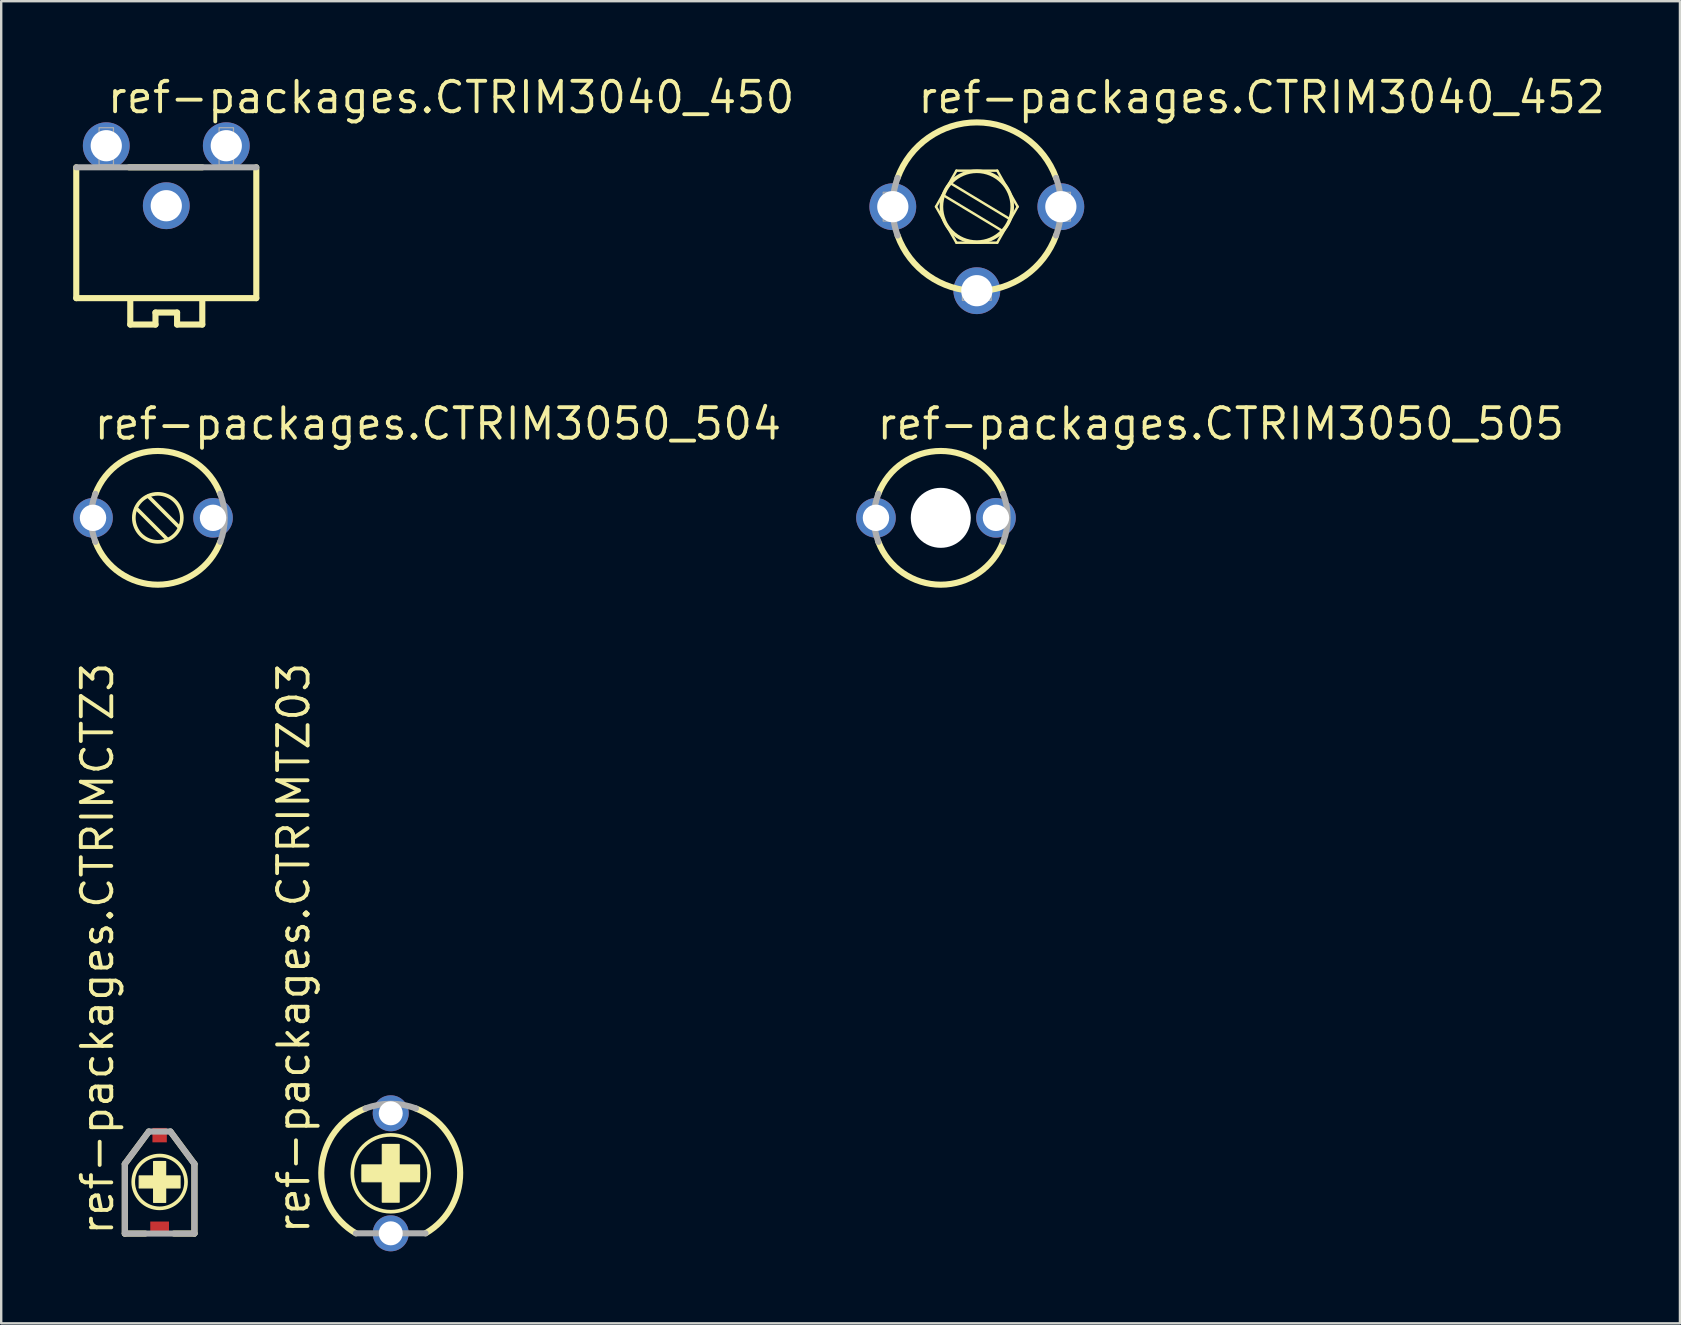
<source format=kicad_pcb>
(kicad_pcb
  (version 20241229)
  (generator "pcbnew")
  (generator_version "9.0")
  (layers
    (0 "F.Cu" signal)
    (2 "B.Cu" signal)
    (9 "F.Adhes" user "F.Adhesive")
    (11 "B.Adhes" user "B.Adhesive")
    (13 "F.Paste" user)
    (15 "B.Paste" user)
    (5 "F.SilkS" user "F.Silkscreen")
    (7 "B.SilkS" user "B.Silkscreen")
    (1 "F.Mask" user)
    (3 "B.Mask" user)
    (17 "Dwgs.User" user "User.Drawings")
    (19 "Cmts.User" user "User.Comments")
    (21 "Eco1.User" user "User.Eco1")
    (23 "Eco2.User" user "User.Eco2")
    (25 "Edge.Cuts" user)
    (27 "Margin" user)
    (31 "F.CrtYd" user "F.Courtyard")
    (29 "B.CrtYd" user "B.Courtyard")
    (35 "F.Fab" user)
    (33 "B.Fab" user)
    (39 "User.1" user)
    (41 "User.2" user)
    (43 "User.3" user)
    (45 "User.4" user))
  (footprint "ref-packages.CTRIMTZ03"
    (layer "F.Cu")
    (at 13.227 45.828)
    (property "Reference" "ref-packages.CTRIMTZ03" (at -3.3 2.6 90) (layer "F.SilkS") (effects (font (size 1.27 1.27) (thickness 0.16)) (justify left bottom)))
    (attr through_hole)
    (fp_rect (start -1.2 0.35) (end 1.2 -0.35) (stroke (width 0.05) (type default)) (fill yes) (layer "F.SilkS"))
    (fp_rect (start -0.35 1.2) (end 0.35 -1.2) (stroke (width 0.05) (type default)) (fill yes) (layer "F.SilkS"))
    (fp_arc (start -1.45 2.5) (mid -2.884874 -0.22576) (end -1.05 -2.7) (stroke (width 0.254) (type default)) (layer "F.SilkS"))
    (fp_arc (start 1.05 -2.7) (mid 2.884874 -0.22576) (end 1.45 2.5) (stroke (width 0.254) (type default)) (layer "F.SilkS"))
    (fp_circle (center 0 0) (end 1.6 0) (stroke (width 0.152) (type default)) (fill no) (layer "F.SilkS"))
    (fp_line (start 1.45 2.5) (end -1.45 2.5) (stroke (width 0.254) (type default)) (layer "F.Fab"))
    (fp_arc (start -1.05 -2.7) (mid 0 -2.896981) (end 1.05 -2.7) (stroke (width 0.254) (type default)) (layer "F.Fab"))
    (pad "1" thru_hole circle (at 0 -2.5) (size 1.5 1.5) (drill 1) (layers "*.Cu" "*.Mask"))
    (pad "2" thru_hole circle (at 0 2.5) (size 1.5 1.5) (drill 1) (layers "*.Cu" "*.Mask")))
  (footprint "ref-packages.CTRIM3050_504"
    (layer "F.Cu")
    (at 3.325 18.522)
    (property "Reference" "ref-packages.CTRIM3050_504" (at -2.54 -3.175 0) (layer "F.SilkS") (effects (font (size 1.27 1.27) (thickness 0.16)) (justify left bottom)))
    (attr through_hole)
    (fp_line (start -0.7 -0.4) (end 0.6 0.9) (stroke (width 0.152) (type default)) (layer "F.SilkS"))
    (fp_line (start -0.2 -0.9) (end 1.1 0.4) (stroke (width 0.152) (type default)) (layer "F.SilkS"))
    (fp_arc (start -2.4 -1) (mid 0.2 -2.785678) (end 2.8 -1) (stroke (width 0.254) (type default)) (layer "F.SilkS"))
    (fp_arc (start 2.8 1) (mid 0.2 2.785678) (end -2.4 1) (stroke (width 0.254) (type default)) (layer "F.SilkS"))
    (fp_circle (center 0.2 0) (end 1.2 0) (stroke (width 0.152) (type default)) (fill no) (layer "F.SilkS"))
    (fp_arc (start -2.4 1) (mid -2.585678 0) (end -2.4 -1) (stroke (width 0.254) (type default)) (layer "F.Fab"))
    (fp_arc (start 2.8 -1) (mid 2.985678 0) (end 2.8 1) (stroke (width 0.254) (type default)) (layer "F.Fab"))
    (pad "1" thru_hole circle (at -2.5 0) (size 1.65 1.65) (drill 1.1) (layers "*.Cu" "*.Mask"))
    (pad "2" thru_hole circle (at 2.5 0) (size 1.65 1.65) (drill 1.1) (layers "*.Cu" "*.Mask")))
  (footprint "ref-packages.CTRIMCTZ3"
    (layer "F.Cu")
    (at 3.6 46.188)
    (property "Reference" "ref-packages.CTRIMCTZ3" (at -1.85 2.3 90) (layer "F.SilkS") (effects (font (size 1.27 1.27) (thickness 0.16)) (justify left bottom)))
    (attr smd)
    (fp_line (start -1.45 -0.75) (end -0.45 -2.1) (stroke (width 0.254) (type default)) (layer "F.SilkS"))
    (fp_line (start -1.45 2.15) (end -1.45 -0.75) (stroke (width 0.254) (type default)) (layer "F.SilkS"))
    (fp_line (start -0.6 2.15) (end -1.45 2.15) (stroke (width 0.254) (type default)) (layer "F.SilkS"))
    (fp_line (start 0.6 2.15) (end 1.45 2.15) (stroke (width 0.254) (type default)) (layer "F.SilkS"))
    (fp_line (start 1.45 -0.75) (end 0.45 -2.1) (stroke (width 0.254) (type default)) (layer "F.SilkS"))
    (fp_line (start 1.45 2.15) (end 1.45 -0.75) (stroke (width 0.254) (type default)) (layer "F.SilkS"))
    (fp_rect (start -0.85 0.25) (end 0.85 -0.25) (stroke (width 0.05) (type default)) (fill yes) (layer "F.SilkS"))
    (fp_rect (start -0.25 0.85) (end 0.25 -0.85) (stroke (width 0.05) (type default)) (fill yes) (layer "F.SilkS"))
    (fp_circle (center 0 0) (end 1.1 0) (stroke (width 0.152) (type default)) (fill no) (layer "F.SilkS"))
    (fp_line (start -1.45 -0.75) (end -0.45 -2.1) (stroke (width 0.254) (type default)) (layer "F.Fab"))
    (fp_line (start -1.45 2.15) (end -1.45 -0.75) (stroke (width 0.254) (type default)) (layer "F.Fab"))
    (fp_line (start -0.45 -2.1) (end 0.45 -2.1) (stroke (width 0.254) (type default)) (layer "F.Fab"))
    (fp_line (start 0.45 -2.1) (end 1.45 -0.75) (stroke (width 0.254) (type default)) (layer "F.Fab"))
    (fp_line (start 1.45 -0.75) (end 1.45 2.15) (stroke (width 0.254) (type default)) (layer "F.Fab"))
    (fp_line (start 1.45 2.15) (end -1.45 2.15) (stroke (width 0.254) (type default)) (layer "F.Fab"))
    (pad "1" smd roundrect (at 0 -1.95) (size 0.6 0.6) (layers "F.Cu" "F.Mask" "F.Paste") (roundrect_rratio 0.01))
    (pad "2" smd roundrect (at 0 1.95) (size 0.78 0.6) (layers "F.Cu" "F.Mask" "F.Paste") (roundrect_rratio 0.01)))
  (footprint "ref-packages.CTRIM3040_450"
    (layer "F.Cu")
    (at 3.877 6.83)
    (property "Reference" "ref-packages.CTRIM3040_450" (at -2.54 -5.08 0) (layer "F.SilkS") (effects (font (size 1.27 1.27) (thickness 0.16)) (justify left bottom)))
    (attr through_hole)
    (fp_line (start -3.75 2.54) (end -3.75 -2.91) (stroke (width 0.254) (type default)) (layer "F.SilkS"))
    (fp_line (start -1.55 -2.91) (end 1.5 -2.91) (stroke (width 0.254) (type default)) (layer "F.SilkS"))
    (fp_line (start -1.5 2.64) (end -1.5 3.64) (stroke (width 0.254) (type default)) (layer "F.SilkS"))
    (fp_line (start -1.5 3.64) (end -0.45 3.64) (stroke (width 0.254) (type default)) (layer "F.SilkS"))
    (fp_line (start -0.45 3.14) (end 0.45 3.14) (stroke (width 0.254) (type default)) (layer "F.SilkS"))
    (fp_line (start -0.45 3.64) (end -0.45 3.14) (stroke (width 0.254) (type default)) (layer "F.SilkS"))
    (fp_line (start 0.45 3.14) (end 0.45 3.64) (stroke (width 0.254) (type default)) (layer "F.SilkS"))
    (fp_line (start 0.45 3.64) (end 1.5 3.64) (stroke (width 0.254) (type default)) (layer "F.SilkS"))
    (fp_line (start 1.5 3.64) (end 1.5 2.64) (stroke (width 0.254) (type default)) (layer "F.SilkS"))
    (fp_line (start 3.75 -2.91) (end 3.75 2.54) (stroke (width 0.254) (type default)) (layer "F.SilkS"))
    (fp_line (start 3.75 2.54) (end -3.75 2.54) (stroke (width 0.254) (type default)) (layer "F.SilkS"))
    (fp_line (start -3.75 -2.91) (end 3.75 -2.91) (stroke (width 0.254) (type default)) (layer "F.Fab"))
    (fp_rect (start -2.8 -3.01) (end -2.2 -4.56) (stroke (width 0.05) (type default)) (fill no) (layer "F.Fab"))
    (fp_rect (start 2.2 -3.01) (end 2.8 -4.56) (stroke (width 0.05) (type default)) (fill no) (layer "F.Fab"))
    (pad "1A" thru_hole circle (at -2.5 -3.81) (size 1.95 1.95) (drill 1.3) (layers "*.Cu" "*.Mask"))
    (pad "1B" thru_hole circle (at 2.5 -3.81) (size 1.95 1.95) (drill 1.3) (layers "*.Cu" "*.Mask"))
    (pad "2" thru_hole circle (at 0 -1.31) (size 1.95 1.95) (drill 1.3) (layers "*.Cu" "*.Mask")))
  (footprint "ref-packages.CTRIM3050_505"
    (layer "F.Cu")
    (at 35.941 18.522)
    (property "Reference" "ref-packages.CTRIM3050_505" (at -2.54 -3.175 0) (layer "F.SilkS") (effects (font (size 1.27 1.27) (thickness 0.16)) (justify left bottom)))
    (attr through_hole)
    (fp_line (start -0.7 -0.4) (end 0.6 0.9) (stroke (width 0.152) (type default)) (layer "F.SilkS"))
    (fp_line (start -0.2 -0.9) (end 1.1 0.4) (stroke (width 0.152) (type default)) (layer "F.SilkS"))
    (fp_arc (start -2.4 -1) (mid 0.2 -2.785678) (end 2.8 -1) (stroke (width 0.254) (type default)) (layer "F.SilkS"))
    (fp_arc (start 2.8 1) (mid 0.2 2.785678) (end -2.4 1) (stroke (width 0.254) (type default)) (layer "F.SilkS"))
    (fp_circle (center 0.2 0) (end 1.2 0) (stroke (width 0.152) (type default)) (fill no) (layer "F.SilkS"))
    (fp_arc (start -2.4 1) (mid -2.585678 0) (end -2.4 -1) (stroke (width 0.254) (type default)) (layer "F.Fab"))
    (fp_arc (start 2.8 -1) (mid 2.985678 0) (end 2.8 1) (stroke (width 0.254) (type default)) (layer "F.Fab"))
    (pad "" np_thru_hole circle (at 0.2 0) (size 2.5 2.5) (drill 2.5) (layers "*.Cu" "*.Mask"))
    (pad "1" thru_hole circle (at -2.5 0) (size 1.65 1.65) (drill 1.1) (layers "*.Cu" "*.Mask"))
    (pad "2" thru_hole circle (at 2.5 0) (size 1.65 1.65) (drill 1.1) (layers "*.Cu" "*.Mask")))
  (footprint "ref-packages.CTRIM3040_452"
    (layer "F.Cu")
    (at 37.643 5.56)
    (property "Reference" "ref-packages.CTRIM3040_452" (at -2.54 -3.81 0) (layer "F.SilkS") (effects (font (size 1.27 1.27) (thickness 0.16)) (justify left bottom)))
    (attr through_hole)
    (fp_line (start -1.7 0) (end -0.85 1.5) (stroke (width 0.102) (type default)) (layer "F.SilkS"))
    (fp_line (start -1.35 -0.45) (end 1.05 1) (stroke (width 0.102) (type default)) (layer "F.SilkS"))
    (fp_line (start -1.05 -0.95) (end 1.35 0.5) (stroke (width 0.102) (type default)) (layer "F.SilkS"))
    (fp_line (start -0.85 -1.5) (end -1.7 0) (stroke (width 0.102) (type default)) (layer "F.SilkS"))
    (fp_line (start -0.85 -1.5) (end 0.85 -1.5) (stroke (width 0.102) (type default)) (layer "F.SilkS"))
    (fp_line (start -0.85 1.5) (end 0.85 1.5) (stroke (width 0.102) (type default)) (layer "F.SilkS"))
    (fp_line (start 0.85 1.5) (end 1.7 0) (stroke (width 0.102) (type default)) (layer "F.SilkS"))
    (fp_line (start 1.7 0) (end 0.85 -1.5) (stroke (width 0.102) (type default)) (layer "F.SilkS"))
    (fp_arc (start -3.3 -1.2) (mid 0 -3.51141) (end 3.3 -1.2) (stroke (width 0.254) (type default)) (layer "F.SilkS"))
    (fp_arc (start 3.3 1.2) (mid 0 3.51141) (end -3.3 1.2) (stroke (width 0.254) (type default)) (layer "F.SilkS"))
    (fp_circle (center 0 0) (end 1.451 0) (stroke (width 0.102) (type default)) (fill no) (layer "F.SilkS"))
    (fp_circle (center 0 0) (end 1.5 0) (stroke (width 0.102) (type default)) (fill no) (layer "F.SilkS"))
    (fp_rect (start -3.9 0.6) (end -3.5 -0.6) (stroke (width 0.05) (type default)) (fill no) (layer "F.Fab"))
    (fp_rect (start -0.6 3.9) (end 0.6 3.5) (stroke (width 0.05) (type default)) (fill no) (layer "F.Fab"))
    (fp_rect (start 3.5 0.6) (end 3.9 -0.6) (stroke (width 0.05) (type default)) (fill no) (layer "F.Fab"))
    (fp_arc (start -3.3 1.2) (mid -3.51141 0) (end -3.3 -1.2) (stroke (width 0.254) (type default)) (layer "F.Fab"))
    (fp_arc (start 3.3 -1.2) (mid 3.51141 0) (end 3.3 1.2) (stroke (width 0.254) (type default)) (layer "F.Fab"))
    (pad "1A" thru_hole circle (at -3.5 0) (size 1.95 1.95) (drill 1.3) (layers "*.Cu" "*.Mask"))
    (pad "1B" thru_hole circle (at 3.5 0) (size 1.95 1.95) (drill 1.3) (layers "*.Cu" "*.Mask"))
    (pad "2" thru_hole circle (at 0 3.5) (size 1.95 1.95) (drill 1.3) (layers "*.Cu" "*.Mask")))
  (gr_rect
    (start -3 -3)
    (end 66.934 52.078)
    (stroke (width 0.1) (type default))
    (fill no)
    (layer "Edge.Cuts")))
</source>
